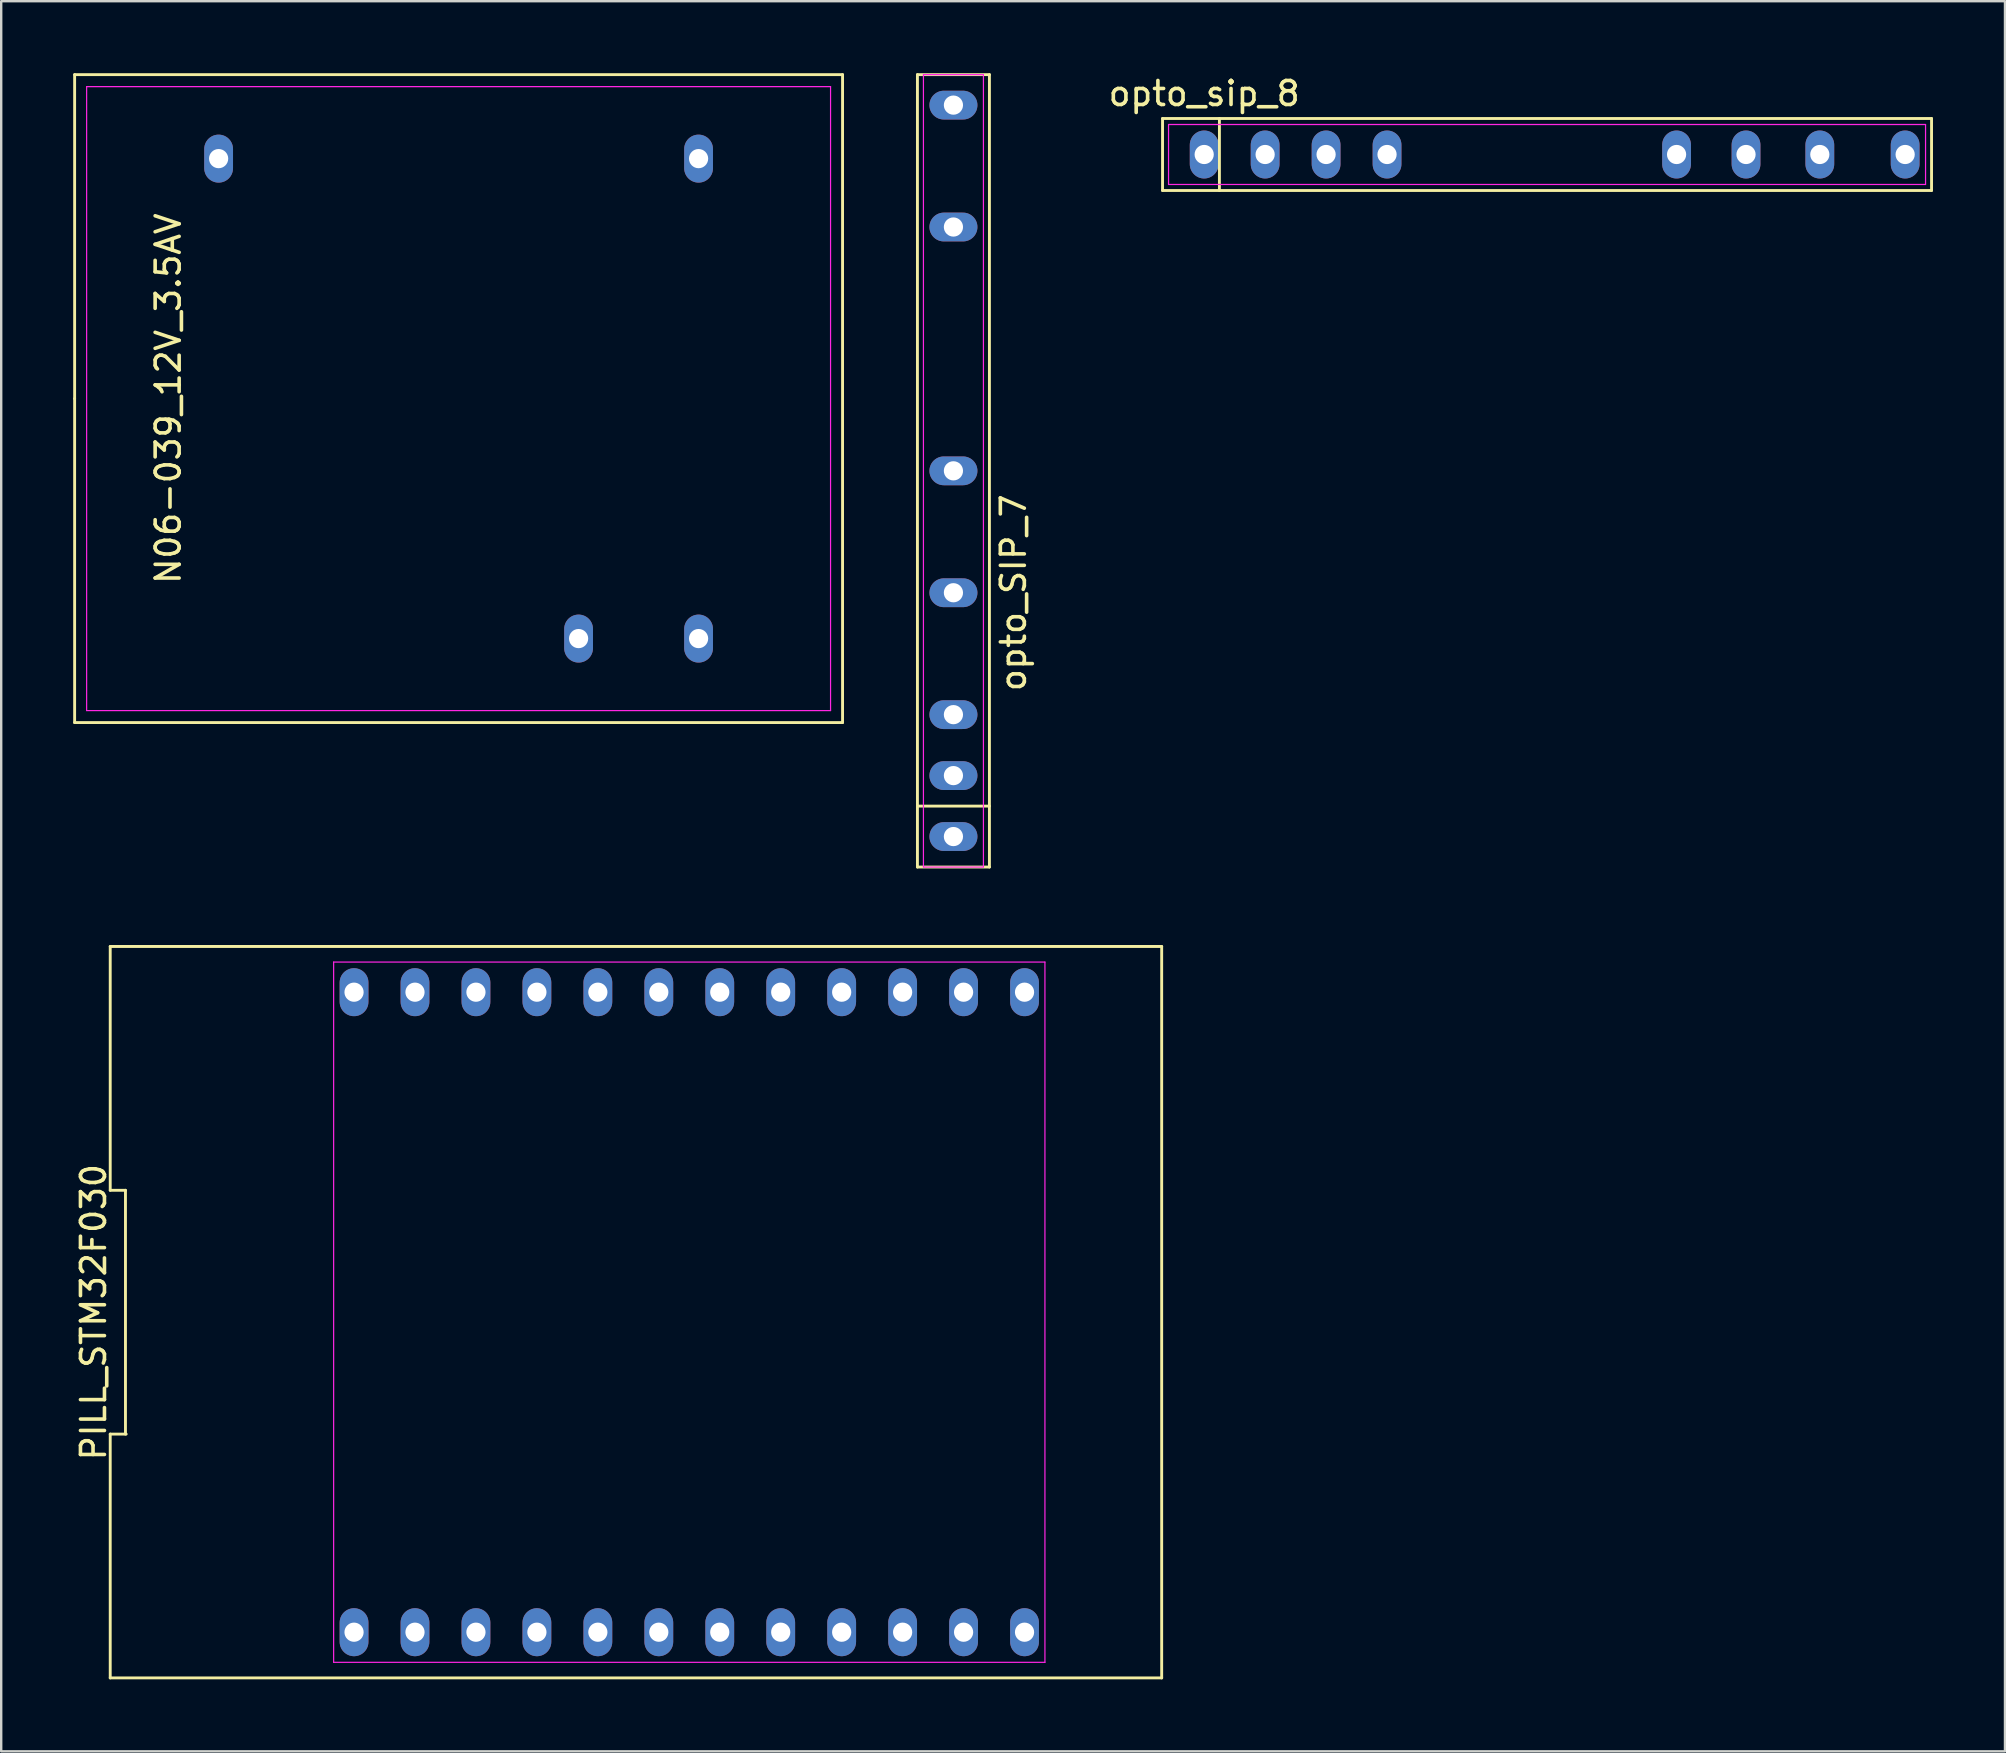
<source format=kicad_pcb>
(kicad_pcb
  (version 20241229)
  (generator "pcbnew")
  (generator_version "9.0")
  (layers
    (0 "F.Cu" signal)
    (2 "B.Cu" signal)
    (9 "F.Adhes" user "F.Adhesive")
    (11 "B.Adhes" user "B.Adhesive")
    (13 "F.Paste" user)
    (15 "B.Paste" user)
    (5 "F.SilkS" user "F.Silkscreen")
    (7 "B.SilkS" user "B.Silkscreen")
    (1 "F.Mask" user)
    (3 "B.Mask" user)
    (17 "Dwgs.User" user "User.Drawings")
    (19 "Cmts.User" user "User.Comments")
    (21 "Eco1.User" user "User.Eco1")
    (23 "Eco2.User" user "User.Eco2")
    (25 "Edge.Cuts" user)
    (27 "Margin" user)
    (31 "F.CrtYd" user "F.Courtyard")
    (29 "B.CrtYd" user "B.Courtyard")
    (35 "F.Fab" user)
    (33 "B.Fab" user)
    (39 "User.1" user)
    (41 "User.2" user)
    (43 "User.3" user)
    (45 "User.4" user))
  (footprint "opto_SIP_7"
    (layer "F.Cu")
    (at 36.68 33.08)
    (property "Reference" "opto_SIP_7" (at 2.5 -11.43 90) (layer "F.SilkS") (effects (font (size 1 1) (thickness 0.15))))
    (attr through_hole)
    (fp_line (start -1.5 -33.02) (end 1.5 -33.02) (stroke (width 0.12) (type default)) (layer "F.SilkS"))
    (fp_line (start -1.5 -2.54) (end 1.5 -2.54) (stroke (width 0.12) (type default)) (layer "F.SilkS"))
    (fp_line (start -1.5 0) (end -1.5 -33.02) (stroke (width 0.12) (type default)) (layer "F.SilkS"))
    (fp_line (start 1.5 -33.02) (end 1.5 0) (stroke (width 0.12) (type default)) (layer "F.SilkS"))
    (fp_line (start 1.5 0) (end -1.5 0) (stroke (width 0.12) (type default)) (layer "F.SilkS"))
    (fp_line (start -1.25 -33.02) (end 1.25 -33.02) (stroke (width 0.05) (type default)) (layer "F.CrtYd"))
    (fp_line (start -1.25 0) (end -1.25 -33.02) (stroke (width 0.05) (type default)) (layer "F.CrtYd"))
    (fp_line (start 1.25 -33.02) (end 1.25 0) (stroke (width 0.05) (type default)) (layer "F.CrtYd"))
    (fp_line (start 1.25 0) (end -1.25 0) (stroke (width 0.05) (type default)) (layer "F.CrtYd"))
    (pad "1" thru_hole oval (at 0 -1.27 90) (size 1.2 2) (drill 0.8) (layers "*.Cu" "*.Mask"))
    (pad "2" thru_hole oval (at 0 -3.81 90) (size 1.2 2) (drill 0.8) (layers "*.Cu" "*.Mask"))
    (pad "3" thru_hole oval (at 0 -6.35 90) (size 1.2 2) (drill 0.8) (layers "*.Cu" "*.Mask"))
    (pad "4" thru_hole oval (at 0 -11.43 90) (size 1.2 2) (drill 0.8) (layers "*.Cu" "*.Mask"))
    (pad "5" thru_hole oval (at 0 -16.51 90) (size 1.2 2) (drill 0.8) (layers "*.Cu" "*.Mask"))
    (pad "6" thru_hole oval (at 0 -26.67 90) (size 1.2 2) (drill 0.8) (layers "*.Cu" "*.Mask"))
    (pad "7" thru_hole oval (at 0 -31.75 90) (size 1.2 2) (drill 0.8) (layers "*.Cu" "*.Mask")))
  (footprint "PILL_STM32F030"
    (layer "F.Cu")
    (at 25.673 51.63)
    (property "Reference" "PILL_STM32F030" (at -24.825 0 90) (layer "F.SilkS") (effects (font (size 1 1) (thickness 0.15))))
    (attr through_hole)
    (fp_line (start -24.13 -15.24) (end -24.13 -5.08) (stroke (width 0.12) (type solid)) (layer "F.SilkS"))
    (fp_line (start -24.13 -5.08) (end -23.495 -5.08) (stroke (width 0.12) (type solid)) (layer "F.SilkS"))
    (fp_line (start -24.13 5.08) (end -24.13 15.24) (stroke (width 0.12) (type solid)) (layer "F.SilkS"))
    (fp_line (start -24.13 15.24) (end 19.685 15.24) (stroke (width 0.12) (type solid)) (layer "F.SilkS"))
    (fp_line (start -23.495 -5.08) (end -23.495 5.08) (stroke (width 0.12) (type solid)) (layer "F.SilkS"))
    (fp_line (start -23.465 5.08) (end -24.13 5.08) (stroke (width 0.12) (type solid)) (layer "F.SilkS"))
    (fp_line (start 19.685 -15.24) (end -24.13 -15.24) (stroke (width 0.12) (type solid)) (layer "F.SilkS"))
    (fp_line (start 19.685 15.24) (end 19.685 -15.24) (stroke (width 0.12) (type solid)) (layer "F.SilkS"))
    (fp_line (start -14.82 -14.59) (end 14.82 -14.59) (stroke (width 0.05) (type solid)) (layer "F.CrtYd"))
    (fp_line (start -14.82 14.59) (end -14.82 -14.59) (stroke (width 0.05) (type solid)) (layer "F.CrtYd"))
    (fp_line (start 14.82 -14.59) (end 14.82 14.59) (stroke (width 0.05) (type solid)) (layer "F.CrtYd"))
    (fp_line (start 14.82 14.59) (end -14.82 14.59) (stroke (width 0.05) (type solid)) (layer "F.CrtYd"))
    (pad "1" thru_hole oval (at -13.97 13.335) (size 1.2 2) (drill 0.8) (layers "*.Cu" "*.Mask"))
    (pad "2" thru_hole oval (at -11.43 13.335) (size 1.2 2) (drill 0.8) (layers "*.Cu" "*.Mask"))
    (pad "3" thru_hole oval (at -8.89 13.335) (size 1.2 2) (drill 0.8) (layers "*.Cu" "*.Mask"))
    (pad "4" thru_hole oval (at -6.35 13.335) (size 1.2 2) (drill 0.8) (layers "*.Cu" "*.Mask"))
    (pad "5" thru_hole oval (at -3.81 13.335) (size 1.2 2) (drill 0.8) (layers "*.Cu" "*.Mask"))
    (pad "6" thru_hole oval (at -1.27 13.335) (size 1.2 2) (drill 0.8) (layers "*.Cu" "*.Mask"))
    (pad "7" thru_hole oval (at 1.27 13.335) (size 1.2 2) (drill 0.8) (layers "*.Cu" "*.Mask"))
    (pad "8" thru_hole oval (at 3.81 13.335) (size 1.2 2) (drill 0.8) (layers "*.Cu" "*.Mask"))
    (pad "9" thru_hole oval (at 6.35 13.335) (size 1.2 2) (drill 0.8) (layers "*.Cu" "*.Mask"))
    (pad "10" thru_hole oval (at 8.89 13.335) (size 1.2 2) (drill 0.8) (layers "*.Cu" "*.Mask"))
    (pad "11" thru_hole oval (at 11.43 13.335) (size 1.2 2) (drill 0.8) (layers "*.Cu" "*.Mask"))
    (pad "12" thru_hole oval (at 13.97 13.335) (size 1.2 2) (drill 0.8) (layers "*.Cu" "*.Mask"))
    (pad "13" thru_hole oval (at 13.97 -13.335) (size 1.2 2) (drill 0.8) (layers "*.Cu" "*.Mask"))
    (pad "14" thru_hole oval (at 11.43 -13.335) (size 1.2 2) (drill 0.8) (layers "*.Cu" "*.Mask"))
    (pad "15" thru_hole oval (at 8.89 -13.335) (size 1.2 2) (drill 0.8) (layers "*.Cu" "*.Mask"))
    (pad "16" thru_hole oval (at 6.35 -13.335) (size 1.2 2) (drill 0.8) (layers "*.Cu" "*.Mask"))
    (pad "17" thru_hole oval (at 3.81 -13.335) (size 1.2 2) (drill 0.8) (layers "*.Cu" "*.Mask"))
    (pad "18" thru_hole oval (at 1.27 -13.335) (size 1.2 2) (drill 0.8) (layers "*.Cu" "*.Mask"))
    (pad "19" thru_hole oval (at -1.27 -13.335) (size 1.2 2) (drill 0.8) (layers "*.Cu" "*.Mask"))
    (pad "20" thru_hole oval (at -3.81 -13.335) (size 1.2 2) (drill 0.8) (layers "*.Cu" "*.Mask"))
    (pad "21" thru_hole oval (at -6.35 -13.335) (size 1.2 2) (drill 0.8) (layers "*.Cu" "*.Mask"))
    (pad "22" thru_hole oval (at -8.89 -13.335) (size 1.2 2) (drill 0.8) (layers "*.Cu" "*.Mask"))
    (pad "23" thru_hole oval (at -11.43 -13.335) (size 1.2 2) (drill 0.8) (layers "*.Cu" "*.Mask"))
    (pad "24" thru_hole oval (at -13.97 -13.335) (size 1.2 2) (drill 0.8) (layers "*.Cu" "*.Mask")))
  (footprint "opto_sip_8"
    (layer "F.Cu")
    (at 47.129 3.388)
    (property "Reference" "opto_sip_8" (at 0 -2.54 0) (layer "F.SilkS") (effects (font (size 1 1) (thickness 0.15))))
    (attr through_hole)
    (fp_line (start -1.735 -1.5) (end 30.31 -1.5) (stroke (width 0.12) (type solid)) (layer "F.SilkS"))
    (fp_line (start -1.735 1.5) (end -1.735 -1.5) (stroke (width 0.12) (type solid)) (layer "F.SilkS"))
    (fp_line (start 0.635 -1.5) (end 0.635 1.5) (stroke (width 0.12) (type solid)) (layer "F.SilkS"))
    (fp_line (start 30.31 -1.5) (end 30.31 1.5) (stroke (width 0.12) (type solid)) (layer "F.SilkS"))
    (fp_line (start 30.31 1.5) (end -1.735 1.5) (stroke (width 0.12) (type solid)) (layer "F.SilkS"))
    (fp_line (start -1.485 -1.25) (end 30.06 -1.25) (stroke (width 0.05) (type solid)) (layer "F.CrtYd"))
    (fp_line (start -1.485 1.25) (end -1.485 -1.25) (stroke (width 0.05) (type solid)) (layer "F.CrtYd"))
    (fp_line (start 30.06 -1.25) (end 30.06 1.25) (stroke (width 0.05) (type solid)) (layer "F.CrtYd"))
    (fp_line (start 30.06 1.25) (end -1.485 1.25) (stroke (width 0.05) (type solid)) (layer "F.CrtYd"))
    (pad "1" thru_hole oval (at 0 0) (size 1.2 2) (drill 0.8) (layers "*.Cu" "*.Mask"))
    (pad "2" thru_hole oval (at 2.54 0) (size 1.2 2) (drill 0.8) (layers "*.Cu" "*.Mask"))
    (pad "3" thru_hole oval (at 5.08 0) (size 1.2 2) (drill 0.8) (layers "*.Cu" "*.Mask"))
    (pad "4" thru_hole oval (at 7.62 0) (size 1.2 2) (drill 0.8) (layers "*.Cu" "*.Mask"))
    (pad "5" thru_hole oval (at 19.685 0) (size 1.2 2) (drill 0.8) (layers "*.Cu" "*.Mask"))
    (pad "6" thru_hole oval (at 22.579 0) (size 1.2 2) (drill 0.8) (layers "*.Cu" "*.Mask"))
    (pad "7" thru_hole oval (at 25.654 0) (size 1.2 2) (drill 0.8) (layers "*.Cu" "*.Mask"))
    (pad "8" thru_hole oval (at 29.21 0) (size 1.2 2) (drill 0.8) (layers "*.Cu" "*.Mask")))
  (footprint "N06-039_12V_3.5AV"
    (layer "F.Cu")
    (at 16.06 13.56)
    (property "Reference" "N06-039_12V_3.5AV" (at -12.1 0 90) (layer "F.SilkS") (effects (font (size 1 1) (thickness 0.15))))
    (attr through_hole)
    (fp_line (start -16 -13.5) (end 16 -13.5) (stroke (width 0.12) (type solid)) (layer "F.SilkS"))
    (fp_line (start -16 0) (end -16 -13.5) (stroke (width 0.12) (type solid)) (layer "F.SilkS"))
    (fp_line (start -16 13.5) (end -16 0) (stroke (width 0.12) (type solid)) (layer "F.SilkS"))
    (fp_line (start 16 -13.5) (end 16 13.5) (stroke (width 0.12) (type solid)) (layer "F.SilkS"))
    (fp_line (start 16 13.5) (end -16 13.5) (stroke (width 0.12) (type solid)) (layer "F.SilkS"))
    (fp_line (start -15.5 -13) (end 15.5 -13) (stroke (width 0.05) (type solid)) (layer "F.CrtYd"))
    (fp_line (start -15.5 13) (end -15.5 -13) (stroke (width 0.05) (type solid)) (layer "F.CrtYd"))
    (fp_line (start 15.5 -13) (end 15.5 13) (stroke (width 0.05) (type solid)) (layer "F.CrtYd"))
    (fp_line (start 15.5 13) (end -15.5 13) (stroke (width 0.05) (type solid)) (layer "F.CrtYd"))
    (pad "1" thru_hole oval (at -10 -10) (size 1.2 2) (drill 0.8) (layers "*.Cu" "*.Mask"))
    (pad "2" thru_hole oval (at 10 -10) (size 1.2 2) (drill 0.8) (layers "*.Cu" "*.Mask"))
    (pad "3" thru_hole oval (at 10 10) (size 1.2 2) (drill 0.8) (layers "*.Cu" "*.Mask"))
    (pad "4" thru_hole oval (at 5 10) (size 1.2 2) (drill 0.8) (layers "*.Cu" "*.Mask")))
  (gr_rect
    (start -3 -3)
    (end 80.499 69.93)
    (stroke (width 0.1) (type default))
    (fill no)
    (layer "Edge.Cuts")))
</source>
